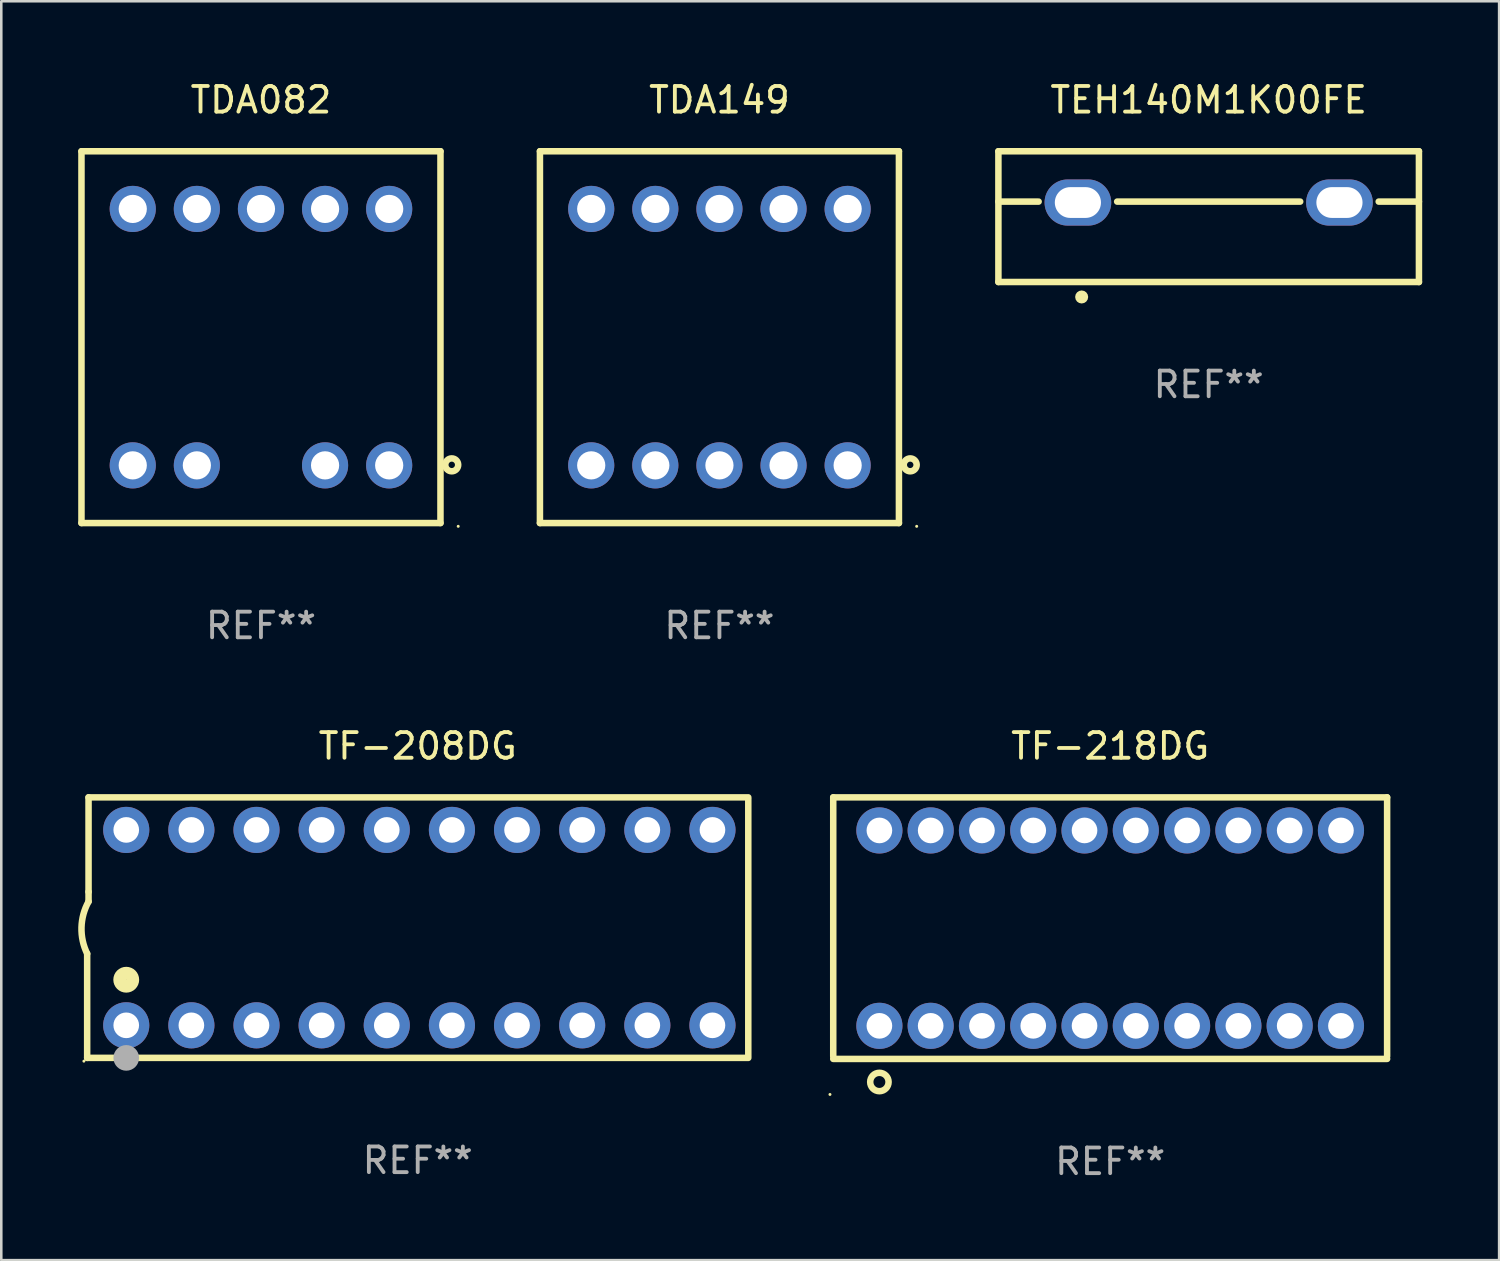
<source format=kicad_pcb>
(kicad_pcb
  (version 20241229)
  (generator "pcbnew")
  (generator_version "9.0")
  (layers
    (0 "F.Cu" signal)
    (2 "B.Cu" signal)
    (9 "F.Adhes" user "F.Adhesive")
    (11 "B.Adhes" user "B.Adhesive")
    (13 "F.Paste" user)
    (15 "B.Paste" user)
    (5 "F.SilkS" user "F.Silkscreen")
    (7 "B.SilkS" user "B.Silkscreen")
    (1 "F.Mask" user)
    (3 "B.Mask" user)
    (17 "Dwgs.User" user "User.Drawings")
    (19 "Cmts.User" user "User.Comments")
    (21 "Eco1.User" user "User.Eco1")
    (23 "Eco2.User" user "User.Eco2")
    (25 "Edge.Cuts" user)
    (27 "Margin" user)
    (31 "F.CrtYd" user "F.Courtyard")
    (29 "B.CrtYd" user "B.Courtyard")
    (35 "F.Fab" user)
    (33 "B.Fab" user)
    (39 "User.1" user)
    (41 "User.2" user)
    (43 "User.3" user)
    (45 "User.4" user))
  (footprint "TF-208DG"
    (layer "F.Cu")
    (at 13.24 33.125)
    (property "Reference" "TF-208DG" (at 0 -7.08 0) (layer "F.SilkS") (effects (font (size 1 1) (thickness 0.15))))
    (attr through_hole)
    (fp_line (start -12.891 5.08) (end -12.891 1.016) (stroke (width 0.254) (type solid)) (layer "F.SilkS"))
    (fp_line (start -12.891 5.08) (end 12.891 5.08) (stroke (width 0.254) (type solid)) (layer "F.SilkS"))
    (fp_line (start -12.837 -5.08) (end -12.837 -1.397) (stroke (width 0.254) (type solid)) (layer "F.SilkS"))
    (fp_line (start -12.837 -5.08) (end 12.891 -5.08) (stroke (width 0.254) (type solid)) (layer "F.SilkS"))
    (fp_line (start -12.837 -1.397) (end -12.837 -1.016) (stroke (width 0.254) (type solid)) (layer "F.SilkS"))
    (fp_line (start 12.891 -5) (end 12.891 5) (stroke (width 0.254) (type solid)) (layer "F.SilkS"))
    (fp_arc (start -12.890526 1.016002) (mid -13.111945 -0.006602) (end -12.836525 -1.016002) (stroke (width 0.254001) (type solid)) (layer "F.SilkS"))
    (fp_circle (center -13.018 5.207) (end -12.988 5.207) (stroke (width 0.06) (type solid)) (fill no) (layer "F.SilkS"))
    (fp_circle (center -11.367 2.032) (end -11.113 2.032) (stroke (width 0.5) (type solid)) (fill no) (layer "F.SilkS"))
    (fp_circle (center -11.367 5.08) (end -11.117 5.08) (stroke (width 0.5) (type solid)) (fill no) (layer "F.Fab"))
    (fp_text user "REF**" (at 0 9.08 0) (layer "F.Fab") (effects (font (size 1 1) (thickness 0.15))))
    (pad "1" thru_hole circle (at -11.367 3.81) (size 1.8 1.8) (drill 1) (layers "*.Cu" "*.Mask"))
    (pad "2" thru_hole circle (at -8.827 3.81) (size 1.8 1.8) (drill 1) (layers "*.Cu" "*.Mask"))
    (pad "3" thru_hole circle (at -6.287 3.81) (size 1.8 1.8) (drill 1) (layers "*.Cu" "*.Mask"))
    (pad "4" thru_hole circle (at -3.747 3.81) (size 1.8 1.8) (drill 1) (layers "*.Cu" "*.Mask"))
    (pad "5" thru_hole circle (at -1.207 3.81) (size 1.8 1.8) (drill 1) (layers "*.Cu" "*.Mask"))
    (pad "6" thru_hole circle (at 1.334 3.81) (size 1.8 1.8) (drill 1) (layers "*.Cu" "*.Mask"))
    (pad "7" thru_hole circle (at 3.874 3.81) (size 1.8 1.8) (drill 1) (layers "*.Cu" "*.Mask"))
    (pad "8" thru_hole circle (at 6.414 3.81) (size 1.8 1.8) (drill 1) (layers "*.Cu" "*.Mask"))
    (pad "9" thru_hole circle (at 8.954 3.81) (size 1.8 1.8) (drill 1) (layers "*.Cu" "*.Mask"))
    (pad "10" thru_hole circle (at 11.494 3.81) (size 1.8 1.8) (drill 1) (layers "*.Cu" "*.Mask"))
    (pad "11" thru_hole circle (at 11.494 -3.81) (size 1.8 1.8) (drill 1) (layers "*.Cu" "*.Mask"))
    (pad "12" thru_hole circle (at 8.954 -3.81) (size 1.8 1.8) (drill 1) (layers "*.Cu" "*.Mask"))
    (pad "13" thru_hole circle (at 6.414 -3.81) (size 1.8 1.8) (drill 1) (layers "*.Cu" "*.Mask"))
    (pad "14" thru_hole circle (at 3.874 -3.81) (size 1.8 1.8) (drill 1) (layers "*.Cu" "*.Mask"))
    (pad "15" thru_hole circle (at 1.334 -3.81) (size 1.8 1.8) (drill 1) (layers "*.Cu" "*.Mask"))
    (pad "16" thru_hole circle (at -1.207 -3.81) (size 1.8 1.8) (drill 1) (layers "*.Cu" "*.Mask"))
    (pad "17" thru_hole circle (at -3.747 -3.81) (size 1.8 1.8) (drill 1) (layers "*.Cu" "*.Mask"))
    (pad "18" thru_hole circle (at -6.287 -3.81) (size 1.8 1.8) (drill 1) (layers "*.Cu" "*.Mask"))
    (pad "19" thru_hole circle (at -8.827 -3.81) (size 1.8 1.8) (drill 1) (layers "*.Cu" "*.Mask"))
    (pad "20" thru_hole circle (at -11.367 -3.81) (size 1.8 1.8) (drill 1) (layers "*.Cu" "*.Mask")))
  (footprint "TEH140M1K00FE"
    (layer "F.Cu")
    (at 44.085 5.398)
    (property "Reference" "TEH140M1K00FE" (at 0 -4.55 0) (layer "F.SilkS") (effects (font (size 1 1) (thickness 0.15))))
    (attr through_hole)
    (fp_line (start -8.2 -2.55) (end -8.2 2.55) (stroke (width 0.254) (type solid)) (layer "F.SilkS"))
    (fp_line (start -8.2 -2.55) (end 8.2 -2.55) (stroke (width 0.254) (type solid)) (layer "F.SilkS"))
    (fp_line (start -8.2 -0.586) (end -6.631 -0.586) (stroke (width 0.254) (type solid)) (layer "F.SilkS"))
    (fp_line (start -8.2 2.55) (end 8.2 2.55) (stroke (width 0.254) (type solid)) (layer "F.SilkS"))
    (fp_line (start -3.569 -0.586) (end 3.569 -0.586) (stroke (width 0.254) (type solid)) (layer "F.SilkS"))
    (fp_line (start 6.631 -0.586) (end 8.2 -0.586) (stroke (width 0.254) (type solid)) (layer "F.SilkS"))
    (fp_line (start 8.2 -2.55) (end 8.2 2.55) (stroke (width 0.254) (type solid)) (layer "F.SilkS"))
    (fp_circle (center -4.953 3.133) (end -4.826 3.133) (stroke (width 0.254) (type solid)) (fill no) (layer "F.SilkS"))
    (fp_text user "REF**" (at 0 6.55 0) (layer "F.Fab") (effects (font (size 1 1) (thickness 0.15))))
    (pad "1" thru_hole oval (at -5.1 -0.55) (size 2.6 1.8) (drill oval 1.8 1.2) (layers "*.Cu" "*.Mask"))
    (pad "2" thru_hole oval (at 5.1 -0.55) (size 2.6 1.8) (drill oval 1.8 1.2) (layers "*.Cu" "*.Mask")))
  (footprint "TDA082"
    (layer "F.Cu")
    (at 7.127 10.098)
    (property "Reference" "TDA082" (at 0 -9.25 0) (layer "F.SilkS") (effects (font (size 1 1) (thickness 0.15))))
    (attr through_hole)
    (fp_line (start -7 -7.25) (end -7 7.25) (stroke (width 0.254) (type solid)) (layer "F.SilkS"))
    (fp_line (start -7 -7.25) (end 7 -7.25) (stroke (width 0.254) (type solid)) (layer "F.SilkS"))
    (fp_line (start -7 7.25) (end 7 7.25) (stroke (width 0.254) (type solid)) (layer "F.SilkS"))
    (fp_line (start 7 -7.25) (end 7 7.25) (stroke (width 0.254) (type solid)) (layer "F.SilkS"))
    (fp_circle (center 7.44 4.98) (end 7.565 4.98) (stroke (width 0.254) (type solid)) (fill no) (layer "F.SilkS"))
    (fp_circle (center 7.692 7.377) (end 7.722 7.377) (stroke (width 0.06) (type solid)) (fill no) (layer "F.SilkS"))
    (fp_text user "REF**" (at 0 11.25 0) (layer "F.Fab") (effects (font (size 1 1) (thickness 0.15))))
    (pad "1" thru_hole circle (at 5 5) (size 1.8 1.8) (drill 1.1) (layers "*.Cu" "*.Mask"))
    (pad "2" thru_hole circle (at 2.5 5) (size 1.8 1.8) (drill 1.1) (layers "*.Cu" "*.Mask"))
    (pad "4" thru_hole circle (at -2.5 5) (size 1.8 1.8) (drill 1.1) (layers "*.Cu" "*.Mask"))
    (pad "5" thru_hole circle (at -5 5) (size 1.8 1.8) (drill 1.1) (layers "*.Cu" "*.Mask"))
    (pad "6" thru_hole circle (at -5 -5) (size 1.8 1.8) (drill 1.1) (layers "*.Cu" "*.Mask"))
    (pad "7" thru_hole circle (at -2.5 -5) (size 1.8 1.8) (drill 1.1) (layers "*.Cu" "*.Mask"))
    (pad "8" thru_hole circle (at 0 -5) (size 1.8 1.8) (drill 1.1) (layers "*.Cu" "*.Mask"))
    (pad "9" thru_hole circle (at 2.5 -5) (size 1.8 1.8) (drill 1.1) (layers "*.Cu" "*.Mask"))
    (pad "10" thru_hole circle (at 5 -5) (size 1.8 1.8) (drill 1.1) (layers "*.Cu" "*.Mask")))
  (footprint "TF-218DG"
    (layer "F.Cu")
    (at 40.244 33.145)
    (property "Reference" "TF-218DG" (at 0 -7.1 0) (layer "F.SilkS") (effects (font (size 1 1) (thickness 0.15))))
    (attr through_hole)
    (fp_line (start -10.8 -5.1) (end -10.8 5) (stroke (width 0.254) (type solid)) (layer "F.SilkS"))
    (fp_line (start -10.8 -5.1) (end 10.8 -5.1) (stroke (width 0.254) (type solid)) (layer "F.SilkS"))
    (fp_line (start -10.8 5.1) (end 10.8 5.1) (stroke (width 0.254) (type solid)) (layer "F.SilkS"))
    (fp_line (start 10.8 -5.1) (end 10.8 5) (stroke (width 0.254) (type solid)) (layer "F.SilkS"))
    (fp_circle (center -10.927 6.486) (end -10.897 6.486) (stroke (width 0.06) (type solid)) (fill no) (layer "F.SilkS"))
    (fp_circle (center -9 6) (end -8.641 6) (stroke (width 0.254) (type solid)) (fill no) (layer "F.SilkS"))
    (fp_text user "REF**" (at 0 9.1 0) (layer "F.Fab") (effects (font (size 1 1) (thickness 0.15))))
    (pad "1" thru_hole circle (at -9 3.81) (size 1.8 1.8) (drill 1) (layers "*.Cu" "*.Mask"))
    (pad "2" thru_hole circle (at -7 3.81) (size 1.8 1.8) (drill 1) (layers "*.Cu" "*.Mask"))
    (pad "3" thru_hole circle (at -5 3.81) (size 1.8 1.8) (drill 1) (layers "*.Cu" "*.Mask"))
    (pad "4" thru_hole circle (at -3 3.81) (size 1.8 1.8) (drill 1) (layers "*.Cu" "*.Mask"))
    (pad "5" thru_hole circle (at -1 3.81) (size 1.8 1.8) (drill 1) (layers "*.Cu" "*.Mask"))
    (pad "6" thru_hole circle (at 1 3.81) (size 1.8 1.8) (drill 1) (layers "*.Cu" "*.Mask"))
    (pad "7" thru_hole circle (at 3 3.81) (size 1.8 1.8) (drill 1) (layers "*.Cu" "*.Mask"))
    (pad "8" thru_hole circle (at 5 3.81) (size 1.8 1.8) (drill 1) (layers "*.Cu" "*.Mask"))
    (pad "9" thru_hole circle (at 7 3.81) (size 1.8 1.8) (drill 1) (layers "*.Cu" "*.Mask"))
    (pad "10" thru_hole circle (at 9 3.81) (size 1.8 1.8) (drill 1) (layers "*.Cu" "*.Mask"))
    (pad "11" thru_hole circle (at 9 -3.81) (size 1.8 1.8) (drill 1) (layers "*.Cu" "*.Mask"))
    (pad "12" thru_hole circle (at 7 -3.81) (size 1.8 1.8) (drill 1) (layers "*.Cu" "*.Mask"))
    (pad "13" thru_hole circle (at 5 -3.81) (size 1.8 1.8) (drill 1) (layers "*.Cu" "*.Mask"))
    (pad "14" thru_hole circle (at 3 -3.81) (size 1.8 1.8) (drill 1) (layers "*.Cu" "*.Mask"))
    (pad "15" thru_hole circle (at 1 -3.81) (size 1.8 1.8) (drill 1) (layers "*.Cu" "*.Mask"))
    (pad "16" thru_hole circle (at -1 -3.81) (size 1.8 1.8) (drill 1) (layers "*.Cu" "*.Mask"))
    (pad "17" thru_hole circle (at -3 -3.81) (size 1.8 1.8) (drill 1) (layers "*.Cu" "*.Mask"))
    (pad "18" thru_hole circle (at -5 -3.81) (size 1.8 1.8) (drill 1) (layers "*.Cu" "*.Mask"))
    (pad "19" thru_hole circle (at -7 -3.81) (size 1.8 1.8) (drill 1) (layers "*.Cu" "*.Mask"))
    (pad "20" thru_hole circle (at -9 -3.81) (size 1.8 1.8) (drill 1) (layers "*.Cu" "*.Mask")))
  (footprint "TDA149"
    (layer "F.Cu")
    (at 25.006 10.098)
    (property "Reference" "TDA149" (at 0 -9.25 0) (layer "F.SilkS") (effects (font (size 1 1) (thickness 0.15))))
    (attr through_hole)
    (fp_line (start -7 -7.25) (end -7 7.25) (stroke (width 0.254) (type solid)) (layer "F.SilkS"))
    (fp_line (start -7 -7.25) (end 7 -7.25) (stroke (width 0.254) (type solid)) (layer "F.SilkS"))
    (fp_line (start -7 7.25) (end 7 7.25) (stroke (width 0.254) (type solid)) (layer "F.SilkS"))
    (fp_line (start 7 -7.25) (end 7 7.25) (stroke (width 0.254) (type solid)) (layer "F.SilkS"))
    (fp_circle (center 7.44 4.98) (end 7.565 4.98) (stroke (width 0.254) (type solid)) (fill no) (layer "F.SilkS"))
    (fp_circle (center 7.692 7.377) (end 7.722 7.377) (stroke (width 0.06) (type solid)) (fill no) (layer "F.SilkS"))
    (fp_text user "REF**" (at 0 11.25 0) (layer "F.Fab") (effects (font (size 1 1) (thickness 0.15))))
    (pad "1" thru_hole circle (at 5 5) (size 1.8 1.8) (drill 1.1) (layers "*.Cu" "*.Mask"))
    (pad "2" thru_hole circle (at 2.5 5) (size 1.8 1.8) (drill 1.1) (layers "*.Cu" "*.Mask"))
    (pad "3" thru_hole circle (at 0 5) (size 1.8 1.8) (drill 1.1) (layers "*.Cu" "*.Mask"))
    (pad "4" thru_hole circle (at -2.5 5) (size 1.8 1.8) (drill 1.1) (layers "*.Cu" "*.Mask"))
    (pad "5" thru_hole circle (at -5 5) (size 1.8 1.8) (drill 1.1) (layers "*.Cu" "*.Mask"))
    (pad "6" thru_hole circle (at -5 -5) (size 1.8 1.8) (drill 1.1) (layers "*.Cu" "*.Mask"))
    (pad "7" thru_hole circle (at -2.5 -5) (size 1.8 1.8) (drill 1.1) (layers "*.Cu" "*.Mask"))
    (pad "8" thru_hole circle (at 0 -5) (size 1.8 1.8) (drill 1.1) (layers "*.Cu" "*.Mask"))
    (pad "9" thru_hole circle (at 2.5 -5) (size 1.8 1.8) (drill 1.1) (layers "*.Cu" "*.Mask"))
    (pad "10" thru_hole circle (at 5 -5) (size 1.8 1.8) (drill 1.1) (layers "*.Cu" "*.Mask")))
  (gr_rect
    (start -3 -3)
    (end 55.412 46.093)
    (stroke (width 0.1) (type default))
    (fill no)
    (layer "Edge.Cuts")))
</source>
